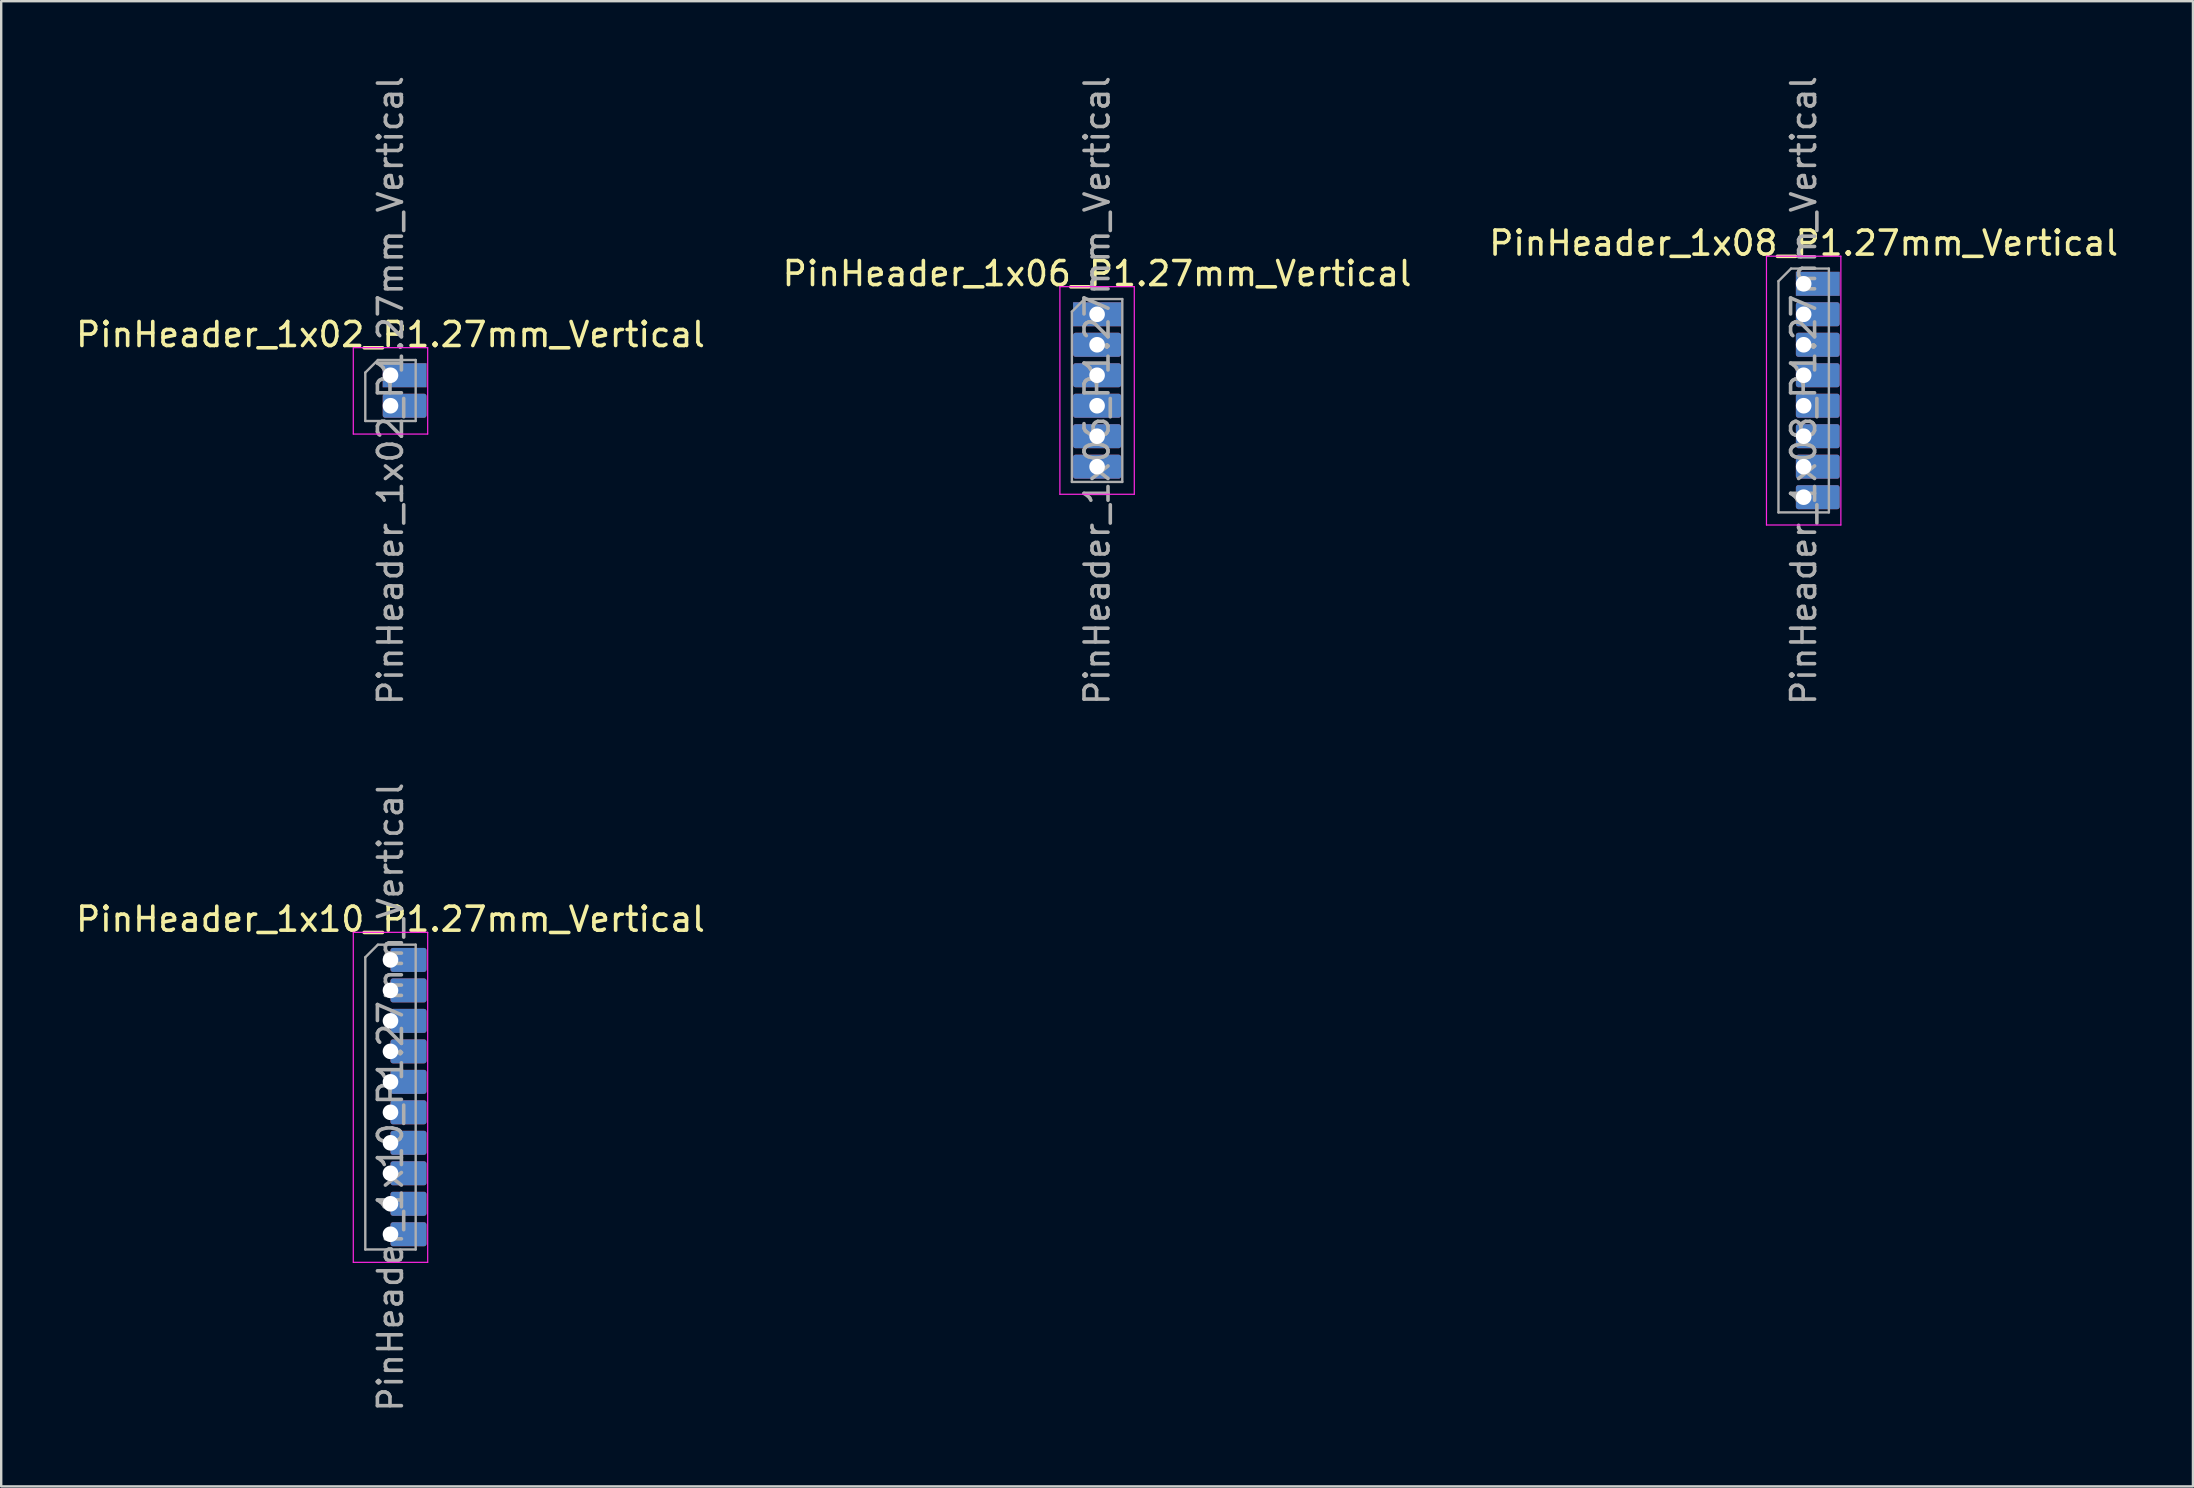
<source format=kicad_pcb>
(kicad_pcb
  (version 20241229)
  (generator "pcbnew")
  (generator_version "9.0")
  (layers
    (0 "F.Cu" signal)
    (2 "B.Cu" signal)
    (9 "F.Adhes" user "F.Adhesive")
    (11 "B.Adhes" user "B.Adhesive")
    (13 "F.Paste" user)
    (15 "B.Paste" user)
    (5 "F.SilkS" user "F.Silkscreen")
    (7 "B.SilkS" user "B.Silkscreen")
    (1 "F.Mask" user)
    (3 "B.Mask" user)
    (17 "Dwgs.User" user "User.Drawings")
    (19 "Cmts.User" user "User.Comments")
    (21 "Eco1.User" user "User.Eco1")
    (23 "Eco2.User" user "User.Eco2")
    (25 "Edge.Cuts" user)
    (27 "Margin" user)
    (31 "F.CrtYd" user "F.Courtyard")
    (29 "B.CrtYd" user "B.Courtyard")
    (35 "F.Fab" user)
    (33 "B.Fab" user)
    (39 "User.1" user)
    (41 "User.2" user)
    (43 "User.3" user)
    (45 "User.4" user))
  (footprint "PinHeader_1x08_P1.27mm_Vertical"
    (layer "F.Cu")
    (at 72.101 8.775)
    (property "Reference" "PinHeader_1x08_P1.27mm_Vertical" (at 0 -1.695 0) (layer "F.SilkS") (effects (font (size 1 1) (thickness 0.15))))
    (attr through_hole)
    (fp_line (start -1.55 -1.15) (end -1.55 10.05) (stroke (width 0.05) (type solid)) (layer "F.CrtYd"))
    (fp_line (start -1.55 10.05) (end 1.55 10.05) (stroke (width 0.05) (type solid)) (layer "F.CrtYd"))
    (fp_line (start 1.55 -1.15) (end -1.55 -1.15) (stroke (width 0.05) (type solid)) (layer "F.CrtYd"))
    (fp_line (start 1.55 10.05) (end 1.55 -1.15) (stroke (width 0.05) (type solid)) (layer "F.CrtYd"))
    (fp_line (start -1.05 -0.11) (end -0.525 -0.635) (stroke (width 0.1) (type solid)) (layer "F.Fab"))
    (fp_line (start -1.05 9.525) (end -1.05 -0.11) (stroke (width 0.1) (type solid)) (layer "F.Fab"))
    (fp_line (start -0.525 -0.635) (end 1.05 -0.635) (stroke (width 0.1) (type solid)) (layer "F.Fab"))
    (fp_line (start 1.05 -0.635) (end 1.05 9.525) (stroke (width 0.1) (type solid)) (layer "F.Fab"))
    (fp_line (start 1.05 9.525) (end -1.05 9.525) (stroke (width 0.1) (type solid)) (layer "F.Fab"))
    (fp_text user "${REFERENCE}" (at 0 4.445 90) (layer "F.Fab") (effects (font (size 1 1) (thickness 0.15))))
    (pad "1" thru_hole rect (at 0 0) (size 1.825 1) (drill 0.65 (offset 0.588 0)) (property pad_prop_castellated) (layers "*.Cu" "*.Mask"))
    (pad "2" thru_hole roundrect (at 0 1.27) (size 1.825 1) (drill 0.65 (offset 0.588 0)) (property pad_prop_castellated) (layers "*.Cu" "*.Mask") (roundrect_rratio 0.1))
    (pad "3" thru_hole roundrect (at 0 2.54) (size 1.825 1) (drill 0.65 (offset 0.588 0)) (property pad_prop_castellated) (layers "*.Cu" "*.Mask") (roundrect_rratio 0.1))
    (pad "4" thru_hole roundrect (at 0 3.81) (size 1.825 1) (drill 0.65 (offset 0.588 0)) (property pad_prop_castellated) (layers "*.Cu" "*.Mask") (roundrect_rratio 0.1))
    (pad "5" thru_hole roundrect (at 0 5.08) (size 1.825 1) (drill 0.65 (offset 0.588 0)) (property pad_prop_castellated) (layers "*.Cu" "*.Mask") (roundrect_rratio 0.1))
    (pad "6" thru_hole roundrect (at 0 6.35) (size 1.825 1) (drill 0.65 (offset 0.588 0)) (property pad_prop_castellated) (layers "*.Cu" "*.Mask") (roundrect_rratio 0.1))
    (pad "7" thru_hole roundrect (at 0 7.62) (size 1.825 1) (drill 0.65 (offset 0.588 0)) (property pad_prop_castellated) (layers "*.Cu" "*.Mask") (roundrect_rratio 0.1))
    (pad "8" thru_hole roundrect (at 0 8.89) (size 1.825 1) (drill 0.65 (offset 0.588 0)) (property pad_prop_castellated) (layers "*.Cu" "*.Mask") (roundrect_rratio 0.1)))
  (footprint "PinHeader_1x06_P1.27mm_Vertical"
    (layer "F.Cu")
    (at 42.661 10.045)
    (property "Reference" "PinHeader_1x06_P1.27mm_Vertical" (at 0 -1.695 0) (layer "F.SilkS") (effects (font (size 1 1) (thickness 0.15))))
    (attr through_hole)
    (fp_line (start -1.55 -1.15) (end -1.55 7.5) (stroke (width 0.05) (type solid)) (layer "F.CrtYd"))
    (fp_line (start -1.55 7.5) (end 1.55 7.5) (stroke (width 0.05) (type solid)) (layer "F.CrtYd"))
    (fp_line (start 1.55 -1.15) (end -1.55 -1.15) (stroke (width 0.05) (type solid)) (layer "F.CrtYd"))
    (fp_line (start 1.55 7.5) (end 1.55 -1.15) (stroke (width 0.05) (type solid)) (layer "F.CrtYd"))
    (fp_line (start -1.05 -0.11) (end -0.525 -0.635) (stroke (width 0.1) (type solid)) (layer "F.Fab"))
    (fp_line (start -1.05 6.985) (end -1.05 -0.11) (stroke (width 0.1) (type solid)) (layer "F.Fab"))
    (fp_line (start -0.525 -0.635) (end 1.05 -0.635) (stroke (width 0.1) (type solid)) (layer "F.Fab"))
    (fp_line (start 1.05 -0.635) (end 1.05 6.985) (stroke (width 0.1) (type solid)) (layer "F.Fab"))
    (fp_line (start 1.05 6.985) (end -1.05 6.985) (stroke (width 0.1) (type solid)) (layer "F.Fab"))
    (fp_text user "${REFERENCE}" (at 0 3.175 90) (layer "F.Fab") (effects (font (size 1 1) (thickness 0.15))))
    (pad "1" thru_hole rect (at 0 0) (size 2 1) (drill 0.65) (property pad_prop_castellated) (layers "*.Cu" "*.Mask"))
    (pad "2" thru_hole roundrect (at 0 1.27) (size 2 1) (drill 0.65) (property pad_prop_castellated) (layers "*.Cu" "*.Mask") (roundrect_rratio 0.1))
    (pad "3" thru_hole roundrect (at 0 2.54) (size 2 1) (drill 0.65) (property pad_prop_castellated) (layers "*.Cu" "*.Mask") (roundrect_rratio 0.1))
    (pad "4" thru_hole roundrect (at 0 3.81) (size 2 1) (drill 0.65) (property pad_prop_castellated) (layers "*.Cu" "*.Mask") (roundrect_rratio 0.1))
    (pad "5" thru_hole roundrect (at 0 5.08) (size 2 1) (drill 0.65) (property pad_prop_castellated) (layers "*.Cu" "*.Mask") (roundrect_rratio 0.1))
    (pad "6" thru_hole roundrect (at 0 6.35) (size 2 1) (drill 0.65) (property pad_prop_castellated) (layers "*.Cu" "*.Mask") (roundrect_rratio 0.1)))
  (footprint "PinHeader_1x10_P1.27mm_Vertical"
    (layer "F.Cu")
    (at 13.22 36.946)
    (property "Reference" "PinHeader_1x10_P1.27mm_Vertical" (at 0 -1.695 0) (layer "F.SilkS") (effects (font (size 1 1) (thickness 0.15))))
    (attr through_hole)
    (fp_line (start -1.55 -1.15) (end -1.55 12.6) (stroke (width 0.05) (type solid)) (layer "F.CrtYd"))
    (fp_line (start -1.55 12.6) (end 1.55 12.6) (stroke (width 0.05) (type solid)) (layer "F.CrtYd"))
    (fp_line (start 1.55 -1.15) (end -1.55 -1.15) (stroke (width 0.05) (type solid)) (layer "F.CrtYd"))
    (fp_line (start 1.55 12.6) (end 1.55 -1.15) (stroke (width 0.05) (type solid)) (layer "F.CrtYd"))
    (fp_line (start -1.05 -0.11) (end -0.525 -0.635) (stroke (width 0.1) (type solid)) (layer "F.Fab"))
    (fp_line (start -1.05 12.065) (end -1.05 -0.11) (stroke (width 0.1) (type solid)) (layer "F.Fab"))
    (fp_line (start -0.525 -0.635) (end 1.05 -0.635) (stroke (width 0.1) (type solid)) (layer "F.Fab"))
    (fp_line (start 1.05 -0.635) (end 1.05 12.065) (stroke (width 0.1) (type solid)) (layer "F.Fab"))
    (fp_line (start 1.05 12.065) (end -1.05 12.065) (stroke (width 0.1) (type solid)) (layer "F.Fab"))
    (fp_text user "${REFERENCE}" (at 0 5.715 90) (layer "F.Fab") (effects (font (size 1 1) (thickness 0.15))))
    (pad "1" thru_hole roundrect (at 0 0) (size 1.5 1) (drill 0.65 (offset 0.75 0)) (property pad_prop_castellated) (layers "*.Cu" "*.Mask") (roundrect_rratio 0.1))
    (pad "2" thru_hole roundrect (at 0 1.27) (size 1.5 1) (drill 0.65 (offset 0.75 0)) (property pad_prop_castellated) (layers "*.Cu" "*.Mask") (roundrect_rratio 0.1))
    (pad "3" thru_hole roundrect (at 0 2.54) (size 1.5 1) (drill 0.65 (offset 0.75 0)) (property pad_prop_castellated) (layers "*.Cu" "*.Mask") (roundrect_rratio 0.1))
    (pad "4" thru_hole roundrect (at 0 3.81) (size 1.5 1) (drill 0.65 (offset 0.75 0)) (property pad_prop_castellated) (layers "*.Cu" "*.Mask") (roundrect_rratio 0.1))
    (pad "5" thru_hole roundrect (at 0 5.08) (size 1.5 1) (drill 0.65 (offset 0.75 0)) (property pad_prop_castellated) (layers "*.Cu" "*.Mask") (roundrect_rratio 0.1))
    (pad "6" thru_hole roundrect (at 0 6.35) (size 1.5 1) (drill 0.65 (offset 0.75 0)) (property pad_prop_castellated) (layers "*.Cu" "*.Mask") (roundrect_rratio 0.1))
    (pad "7" thru_hole roundrect (at 0 7.62) (size 1.5 1) (drill 0.65 (offset 0.75 0)) (property pad_prop_castellated) (layers "*.Cu" "*.Mask") (roundrect_rratio 0.1))
    (pad "8" thru_hole roundrect (at 0 8.89) (size 1.5 1) (drill 0.65 (offset 0.75 0)) (property pad_prop_castellated) (layers "*.Cu" "*.Mask") (roundrect_rratio 0.1))
    (pad "9" thru_hole roundrect (at 0 10.16) (size 1.5 1) (drill 0.65 (offset 0.75 0)) (property pad_prop_castellated) (layers "*.Cu" "*.Mask") (roundrect_rratio 0.1))
    (pad "10" thru_hole roundrect (at 0 11.43) (size 1.5 1) (drill 0.65 (offset 0.75 0)) (property pad_prop_castellated) (layers "*.Cu" "*.Mask") (roundrect_rratio 0.1)))
  (footprint "PinHeader_1x02_P1.27mm_Vertical"
    (layer "F.Cu")
    (at 13.22 12.585)
    (property "Reference" "PinHeader_1x02_P1.27mm_Vertical" (at 0 -1.695 0) (layer "F.SilkS") (effects (font (size 1 1) (thickness 0.15))))
    (attr through_hole)
    (fp_line (start -1.55 -1.15) (end -1.55 2.45) (stroke (width 0.05) (type solid)) (layer "F.CrtYd"))
    (fp_line (start -1.55 2.45) (end 1.55 2.45) (stroke (width 0.05) (type solid)) (layer "F.CrtYd"))
    (fp_line (start 1.55 -1.15) (end -1.55 -1.15) (stroke (width 0.05) (type solid)) (layer "F.CrtYd"))
    (fp_line (start 1.55 2.45) (end 1.55 -1.15) (stroke (width 0.05) (type solid)) (layer "F.CrtYd"))
    (fp_line (start -1.05 -0.11) (end -0.525 -0.635) (stroke (width 0.1) (type solid)) (layer "F.Fab"))
    (fp_line (start -1.05 1.905) (end -1.05 -0.11) (stroke (width 0.1) (type solid)) (layer "F.Fab"))
    (fp_line (start -0.525 -0.635) (end 1.05 -0.635) (stroke (width 0.1) (type solid)) (layer "F.Fab"))
    (fp_line (start 1.05 -0.635) (end 1.05 1.905) (stroke (width 0.1) (type solid)) (layer "F.Fab"))
    (fp_line (start 1.05 1.905) (end -1.05 1.905) (stroke (width 0.1) (type solid)) (layer "F.Fab"))
    (fp_text user "${REFERENCE}" (at 0 0.635 90) (layer "F.Fab") (effects (font (size 1 1) (thickness 0.15))))
    (pad "1" thru_hole rect (at 0 0) (size 1.825 1) (drill 0.65 (offset 0.588 0)) (property pad_prop_castellated) (layers "*.Cu" "*.Mask"))
    (pad "2" thru_hole roundrect (at 0 1.27) (size 1.825 1) (drill 0.65 (offset 0.588 0)) (property pad_prop_castellated) (layers "*.Cu" "*.Mask") (roundrect_rratio 0.1)))
  (gr_rect
    (start -3 -3)
    (end 88.321 58.881)
    (stroke (width 0.1) (type default))
    (fill no)
    (layer "Edge.Cuts")))
</source>
